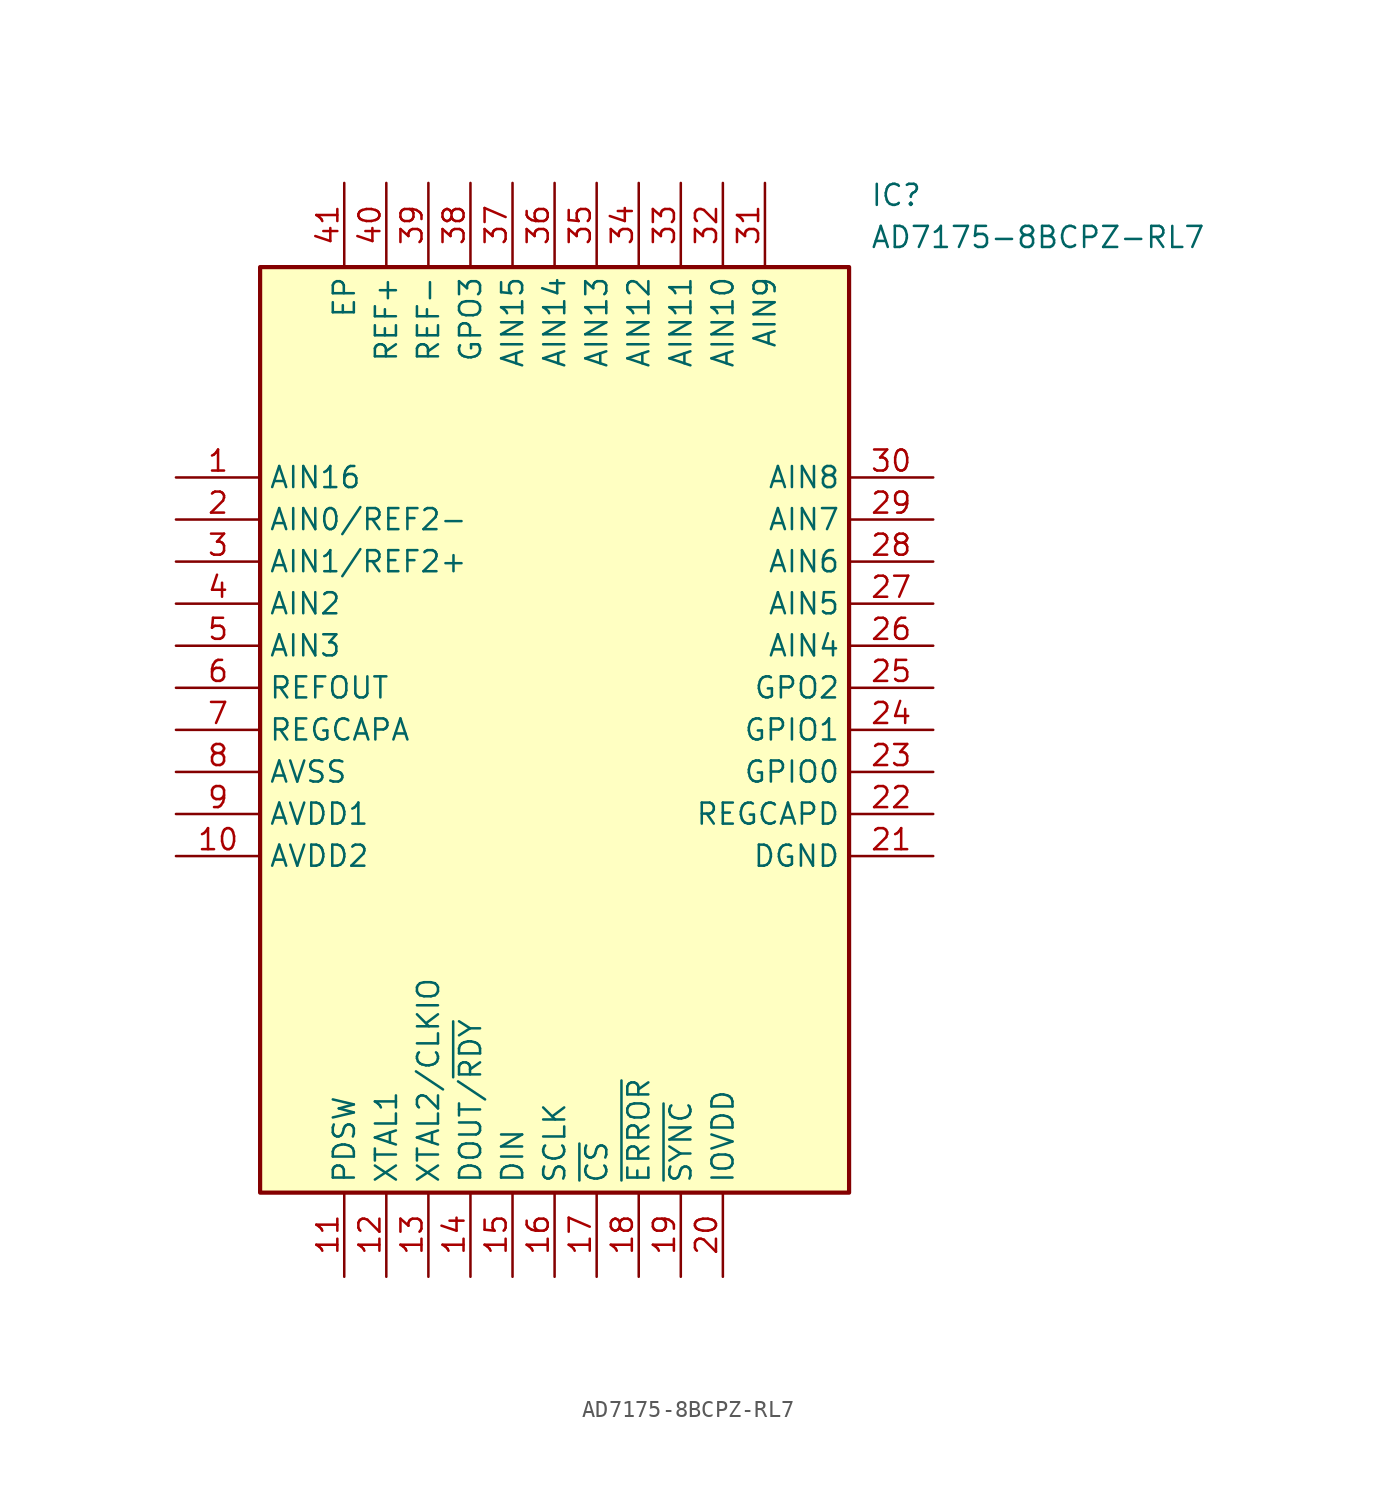
<source format=kicad_sym>
(kicad_symbol_lib
  (version 20211014)
  (generator SamacSys_ECAD_Model)
  (symbol "AD7175-8BCPZ-RL7"
    (property "Reference" "IC"
      (at 41.91 17.78 0)
      (effects (font (size 1.27 1.27)) (justify left top)))
    (property "Value" "AD7175-8BCPZ-RL7"
      (at 41.91 15.24 0)
      (effects (font (size 1.27 1.27)) (justify left top)))
    (rectangle
      (start 5.08 12.7)
      (end 40.64 -43.18)
      (stroke (width 0.254) (type default))
      (fill (type background)))
    (pin passive line
      (at 0 0 0)
      (length 5.08)
      (name "AIN16" (effects (font (size 1.27 1.27))))
      (number "1" (effects (font (size 1.27 1.27)))))
    (pin passive line
      (at 0 -2.54 0)
      (length 5.08)
      (name "AIN0/REF2-" (effects (font (size 1.27 1.27))))
      (number "2" (effects (font (size 1.27 1.27)))))
    (pin passive line
      (at 0 -5.08 0)
      (length 5.08)
      (name "AIN1/REF2+" (effects (font (size 1.27 1.27))))
      (number "3" (effects (font (size 1.27 1.27)))))
    (pin passive line
      (at 0 -7.62 0)
      (length 5.08)
      (name "AIN2" (effects (font (size 1.27 1.27))))
      (number "4" (effects (font (size 1.27 1.27)))))
    (pin passive line
      (at 0 -10.16 0)
      (length 5.08)
      (name "AIN3" (effects (font (size 1.27 1.27))))
      (number "5" (effects (font (size 1.27 1.27)))))
    (pin passive line
      (at 0 -12.7 0)
      (length 5.08)
      (name "REFOUT" (effects (font (size 1.27 1.27))))
      (number "6" (effects (font (size 1.27 1.27)))))
    (pin passive line
      (at 0 -15.24 0)
      (length 5.08)
      (name "REGCAPA" (effects (font (size 1.27 1.27))))
      (number "7" (effects (font (size 1.27 1.27)))))
    (pin passive line
      (at 0 -17.78 0)
      (length 5.08)
      (name "AVSS" (effects (font (size 1.27 1.27))))
      (number "8" (effects (font (size 1.27 1.27)))))
    (pin passive line
      (at 0 -20.32 0)
      (length 5.08)
      (name "AVDD1" (effects (font (size 1.27 1.27))))
      (number "9" (effects (font (size 1.27 1.27)))))
    (pin passive line
      (at 0 -22.86 0)
      (length 5.08)
      (name "AVDD2" (effects (font (size 1.27 1.27))))
      (number "10" (effects (font (size 1.27 1.27)))))
    (pin passive line
      (at 10.16 -48.26 90)
      (length 5.08)
      (name "PDSW" (effects (font (size 1.27 1.27))))
      (number "11" (effects (font (size 1.27 1.27)))))
    (pin passive line
      (at 12.7 -48.26 90)
      (length 5.08)
      (name "XTAL1" (effects (font (size 1.27 1.27))))
      (number "12" (effects (font (size 1.27 1.27)))))
    (pin passive line
      (at 15.24 -48.26 90)
      (length 5.08)
      (name "XTAL2/CLKIO" (effects (font (size 1.27 1.27))))
      (number "13" (effects (font (size 1.27 1.27)))))
    (pin passive line
      (at 17.78 -48.26 90)
      (length 5.08)
      (name "DOUT/~{RDY}" (effects (font (size 1.27 1.27))))
      (number "14" (effects (font (size 1.27 1.27)))))
    (pin passive line
      (at 20.32 -48.26 90)
      (length 5.08)
      (name "DIN" (effects (font (size 1.27 1.27))))
      (number "15" (effects (font (size 1.27 1.27)))))
    (pin passive line
      (at 22.86 -48.26 90)
      (length 5.08)
      (name "SCLK" (effects (font (size 1.27 1.27))))
      (number "16" (effects (font (size 1.27 1.27)))))
    (pin passive line
      (at 25.4 -48.26 90)
      (length 5.08)
      (name "~{CS}" (effects (font (size 1.27 1.27))))
      (number "17" (effects (font (size 1.27 1.27)))))
    (pin passive line
      (at 27.94 -48.26 90)
      (length 5.08)
      (name "~{ERROR}" (effects (font (size 1.27 1.27))))
      (number "18" (effects (font (size 1.27 1.27)))))
    (pin passive line
      (at 30.48 -48.26 90)
      (length 5.08)
      (name "~{SYNC}" (effects (font (size 1.27 1.27))))
      (number "19" (effects (font (size 1.27 1.27)))))
    (pin passive line
      (at 33.02 -48.26 90)
      (length 5.08)
      (name "IOVDD" (effects (font (size 1.27 1.27))))
      (number "20" (effects (font (size 1.27 1.27)))))
    (pin passive line
      (at 45.72 0 180)
      (length 5.08)
      (name "AIN8" (effects (font (size 1.27 1.27))))
      (number "30" (effects (font (size 1.27 1.27)))))
    (pin passive line
      (at 45.72 -2.54 180)
      (length 5.08)
      (name "AIN7" (effects (font (size 1.27 1.27))))
      (number "29" (effects (font (size 1.27 1.27)))))
    (pin passive line
      (at 45.72 -5.08 180)
      (length 5.08)
      (name "AIN6" (effects (font (size 1.27 1.27))))
      (number "28" (effects (font (size 1.27 1.27)))))
    (pin passive line
      (at 45.72 -7.62 180)
      (length 5.08)
      (name "AIN5" (effects (font (size 1.27 1.27))))
      (number "27" (effects (font (size 1.27 1.27)))))
    (pin passive line
      (at 45.72 -10.16 180)
      (length 5.08)
      (name "AIN4" (effects (font (size 1.27 1.27))))
      (number "26" (effects (font (size 1.27 1.27)))))
    (pin passive line
      (at 45.72 -12.7 180)
      (length 5.08)
      (name "GPO2" (effects (font (size 1.27 1.27))))
      (number "25" (effects (font (size 1.27 1.27)))))
    (pin passive line
      (at 45.72 -15.24 180)
      (length 5.08)
      (name "GPIO1" (effects (font (size 1.27 1.27))))
      (number "24" (effects (font (size 1.27 1.27)))))
    (pin passive line
      (at 45.72 -17.78 180)
      (length 5.08)
      (name "GPIO0" (effects (font (size 1.27 1.27))))
      (number "23" (effects (font (size 1.27 1.27)))))
    (pin passive line
      (at 45.72 -20.32 180)
      (length 5.08)
      (name "REGCAPD" (effects (font (size 1.27 1.27))))
      (number "22" (effects (font (size 1.27 1.27)))))
    (pin passive line
      (at 45.72 -22.86 180)
      (length 5.08)
      (name "DGND" (effects (font (size 1.27 1.27))))
      (number "21" (effects (font (size 1.27 1.27)))))
    (pin passive line
      (at 10.16 17.78 270)
      (length 5.08)
      (name "EP" (effects (font (size 1.27 1.27))))
      (number "41" (effects (font (size 1.27 1.27)))))
    (pin passive line
      (at 12.7 17.78 270)
      (length 5.08)
      (name "REF+" (effects (font (size 1.27 1.27))))
      (number "40" (effects (font (size 1.27 1.27)))))
    (pin passive line
      (at 15.24 17.78 270)
      (length 5.08)
      (name "REF-" (effects (font (size 1.27 1.27))))
      (number "39" (effects (font (size 1.27 1.27)))))
    (pin passive line
      (at 17.78 17.78 270)
      (length 5.08)
      (name "GPO3" (effects (font (size 1.27 1.27))))
      (number "38" (effects (font (size 1.27 1.27)))))
    (pin passive line
      (at 20.32 17.78 270)
      (length 5.08)
      (name "AIN15" (effects (font (size 1.27 1.27))))
      (number "37" (effects (font (size 1.27 1.27)))))
    (pin passive line
      (at 22.86 17.78 270)
      (length 5.08)
      (name "AIN14" (effects (font (size 1.27 1.27))))
      (number "36" (effects (font (size 1.27 1.27)))))
    (pin passive line
      (at 25.4 17.78 270)
      (length 5.08)
      (name "AIN13" (effects (font (size 1.27 1.27))))
      (number "35" (effects (font (size 1.27 1.27)))))
    (pin passive line
      (at 27.94 17.78 270)
      (length 5.08)
      (name "AIN12" (effects (font (size 1.27 1.27))))
      (number "34" (effects (font (size 1.27 1.27)))))
    (pin passive line
      (at 30.48 17.78 270)
      (length 5.08)
      (name "AIN11" (effects (font (size 1.27 1.27))))
      (number "33" (effects (font (size 1.27 1.27)))))
    (pin passive line
      (at 33.02 17.78 270)
      (length 5.08)
      (name "AIN10" (effects (font (size 1.27 1.27))))
      (number "32" (effects (font (size 1.27 1.27)))))
    (pin passive line
      (at 35.56 17.78 270)
      (length 5.08)
      (name "AIN9" (effects (font (size 1.27 1.27))))
      (number "31" (effects (font (size 1.27 1.27)))))))
</source>
